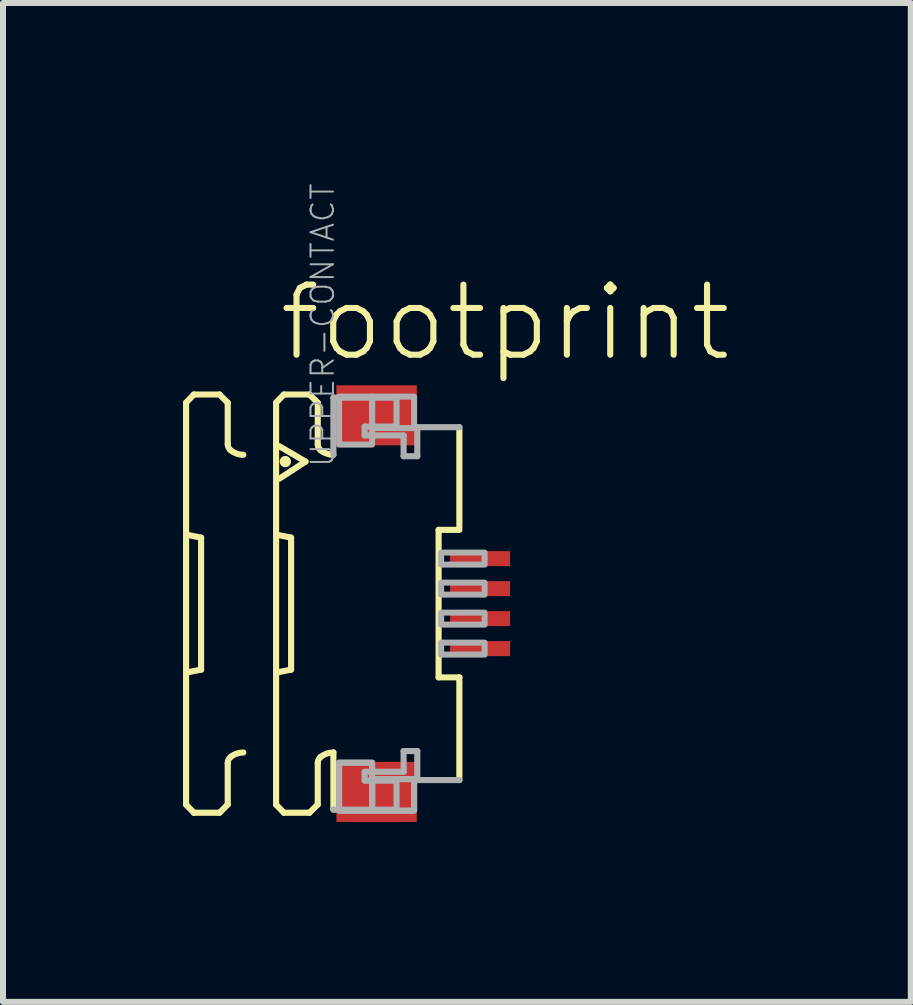
<source format=kicad_pcb>
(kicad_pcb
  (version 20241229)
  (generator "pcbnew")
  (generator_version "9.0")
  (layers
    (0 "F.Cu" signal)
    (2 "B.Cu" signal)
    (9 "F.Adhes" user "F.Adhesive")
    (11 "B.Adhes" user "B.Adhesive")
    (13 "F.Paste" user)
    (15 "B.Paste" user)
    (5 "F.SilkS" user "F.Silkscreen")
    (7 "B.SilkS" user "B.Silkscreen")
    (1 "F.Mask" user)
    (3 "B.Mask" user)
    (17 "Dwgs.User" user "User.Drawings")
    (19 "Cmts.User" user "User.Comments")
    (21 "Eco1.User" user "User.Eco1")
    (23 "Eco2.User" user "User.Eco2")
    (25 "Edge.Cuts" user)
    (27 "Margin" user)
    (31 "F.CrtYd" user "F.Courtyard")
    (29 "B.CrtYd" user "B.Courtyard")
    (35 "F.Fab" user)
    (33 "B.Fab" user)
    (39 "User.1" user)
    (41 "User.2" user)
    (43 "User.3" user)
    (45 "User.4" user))
  (footprint "footprint"
    (layer "F.Cu")
    (at 3.046 7.009)
    (property "Reference" "footprint" (at -1.5 -4 0) (layer "F.SilkS") (effects (font (size 1.168 1.168) (thickness 0.102)) (justify left bottom)))
    (fp_poly (pts (xy 1.355 -0.575) (xy 2.455 -0.575) (xy 2.455 -0.925) (xy 1.355 -0.925)) (stroke (width 0) (type solid)) (fill yes) (layer "F.Mask"))
    (fp_poly (pts (xy 1.355 -0.075) (xy 2.455 -0.075) (xy 2.455 -0.425) (xy 1.355 -0.425)) (stroke (width 0) (type solid)) (fill yes) (layer "F.Mask"))
    (fp_poly (pts (xy 1.355 0.425) (xy 2.455 0.425) (xy 2.455 0.075) (xy 1.355 0.075)) (stroke (width 0) (type solid)) (fill yes) (layer "F.Mask"))
    (fp_poly (pts (xy 1.355 0.925) (xy 2.455 0.925) (xy 2.455 0.575) (xy 1.355 0.575)) (stroke (width 0) (type solid)) (fill yes) (layer "F.Mask"))
    (fp_line (start -2.995 -3.35) (end -2.865 -3.485) (stroke (width 0.102) (type solid)) (layer "F.SilkS"))
    (fp_line (start -2.995 -1.15) (end -2.745 -1.1) (stroke (width 0.102) (type solid)) (layer "F.SilkS"))
    (fp_line (start -2.995 3.35) (end -2.995 -3.35) (stroke (width 0.102) (type solid)) (layer "F.SilkS"))
    (fp_line (start -2.995 3.35) (end -2.865 3.485) (stroke (width 0.102) (type solid)) (layer "F.SilkS"))
    (fp_line (start -2.865 -3.485) (end -2.438 -3.485) (stroke (width 0.102) (type solid)) (layer "F.SilkS"))
    (fp_line (start -2.865 3.485) (end -2.438 3.485) (stroke (width 0.102) (type solid)) (layer "F.SilkS"))
    (fp_line (start -2.745 1.1) (end -2.995 1.15) (stroke (width 0.102) (type solid)) (layer "F.SilkS"))
    (fp_line (start -2.745 1.1) (end -2.745 -1.1) (stroke (width 0.102) (type solid)) (layer "F.SilkS"))
    (fp_line (start -2.438 -3.485) (end -2.301 -3.348) (stroke (width 0.102) (type solid)) (layer "F.SilkS"))
    (fp_line (start -2.438 3.485) (end -2.301 3.348) (stroke (width 0.102) (type solid)) (layer "F.SilkS"))
    (fp_line (start -2.301 -3.348) (end -2.301 -2.656) (stroke (width 0.102) (type solid)) (layer "F.SilkS"))
    (fp_line (start -2.301 3.348) (end -2.301 2.656) (stroke (width 0.102) (type solid)) (layer "F.SilkS"))
    (fp_line (start -1.495 -3.35) (end -1.365 -3.485) (stroke (width 0.102) (type solid)) (layer "F.SilkS"))
    (fp_line (start -1.495 -1.15) (end -1.495 -3.35) (stroke (width 0.102) (type solid)) (layer "F.SilkS"))
    (fp_line (start -1.495 -1.15) (end -1.245 -1.1) (stroke (width 0.102) (type solid)) (layer "F.SilkS"))
    (fp_line (start -1.495 1.15) (end -1.495 -1.15) (stroke (width 0.102) (type solid)) (layer "F.SilkS"))
    (fp_line (start -1.495 3.35) (end -1.495 1.15) (stroke (width 0.102) (type solid)) (layer "F.SilkS"))
    (fp_line (start -1.495 3.35) (end -1.365 3.485) (stroke (width 0.102) (type solid)) (layer "F.SilkS"))
    (fp_line (start -1.441 -2.623) (end -1.005 -2.367) (stroke (width 0.102) (type solid)) (layer "F.SilkS"))
    (fp_line (start -1.365 -3.485) (end -0.939 -3.485) (stroke (width 0.102) (type solid)) (layer "F.SilkS"))
    (fp_line (start -1.365 3.485) (end -0.939 3.485) (stroke (width 0.102) (type solid)) (layer "F.SilkS"))
    (fp_line (start -1.245 1.1) (end -1.495 1.15) (stroke (width 0.102) (type solid)) (layer "F.SilkS"))
    (fp_line (start -1.245 1.1) (end -1.245 -1.1) (stroke (width 0.102) (type solid)) (layer "F.SilkS"))
    (fp_line (start -1.005 -2.367) (end -1.441 -2.082) (stroke (width 0.102) (type solid)) (layer "F.SilkS"))
    (fp_line (start -0.939 -3.485) (end -0.801 -3.348) (stroke (width 0.102) (type solid)) (layer "F.SilkS"))
    (fp_line (start -0.939 3.485) (end -0.801 3.348) (stroke (width 0.102) (type solid)) (layer "F.SilkS"))
    (fp_line (start -0.801 -3.348) (end -0.801 -2.656) (stroke (width 0.102) (type solid)) (layer "F.SilkS"))
    (fp_line (start -0.801 3.348) (end -0.801 2.656) (stroke (width 0.102) (type solid)) (layer "F.SilkS"))
    (fp_line (start -0.54 2.48) (end -0.54 3.433) (stroke (width 0.102) (type solid)) (layer "F.SilkS"))
    (fp_line (start 1.213 1.229) (end 1.213 -1.229) (stroke (width 0.102) (type solid)) (layer "F.SilkS"))
    (fp_line (start 1.538 -1.229) (end 1.213 -1.229) (stroke (width 0.102) (type solid)) (layer "F.SilkS"))
    (fp_line (start 1.559 -2.94) (end 1.559 -1.229) (stroke (width 0.102) (type solid)) (layer "F.SilkS"))
    (fp_line (start 1.559 1.229) (end 1.213 1.229) (stroke (width 0.102) (type solid)) (layer "F.SilkS"))
    (fp_line (start 1.559 2.94) (end 1.559 1.229) (stroke (width 0.102) (type solid)) (layer "F.SilkS"))
    (fp_arc (start -2.301 2.6557) (mid -2.288538 2.600596) (end -2.2536 2.556199) (stroke (width 0.1016) (type solid)) (layer "F.SilkS"))
    (fp_arc (start -2.2536 -2.556199) (mid -2.288538 -2.600596) (end -2.301 -2.6557) (stroke (width 0.1016) (type solid)) (layer "F.SilkS"))
    (fp_arc (start -2.2536 2.5562) (mid -2.153476 2.499935) (end -2.0403 2.480399) (stroke (width 0.1016) (type solid)) (layer "F.SilkS"))
    (fp_arc (start -2.0403 -2.480399) (mid -2.153476 -2.499935) (end -2.2536 -2.5562) (stroke (width 0.1016) (type solid)) (layer "F.SilkS"))
    (fp_arc (start -0.801 2.6557) (mid -0.788538 2.600596) (end -0.7536 2.556199) (stroke (width 0.1016) (type solid)) (layer "F.SilkS"))
    (fp_arc (start -0.7536 -2.556199) (mid -0.788538 -2.600596) (end -0.801 -2.6557) (stroke (width 0.1016) (type solid)) (layer "F.SilkS"))
    (fp_arc (start -0.7536 2.5562) (mid -0.653476 2.499935) (end -0.5403 2.480399) (stroke (width 0.1016) (type solid)) (layer "F.SilkS"))
    (fp_arc (start -0.5403 -2.480399) (mid -0.653476 -2.499935) (end -0.7536 -2.5562) (stroke (width 0.1016) (type solid)) (layer "F.SilkS"))
    (fp_circle (center -1.341 -2.367) (end -1.294 -2.367) (stroke (width 0.095) (type solid)) (fill yes) (layer "F.SilkS"))
    (fp_line (start -0.54 -3.433) (end 0.512 -3.433) (stroke (width 0.102) (type solid)) (layer "F.Fab"))
    (fp_line (start -0.54 -2.48) (end -0.54 -3.433) (stroke (width 0.102) (type solid)) (layer "F.Fab"))
    (fp_line (start -0.54 3.433) (end 0.512 3.433) (stroke (width 0.102) (type solid)) (layer "F.Fab"))
    (fp_line (start -0.019 -2.95) (end -0.019 -2.803) (stroke (width 0.102) (type solid)) (layer "F.Fab"))
    (fp_line (start -0.019 -2.803) (end 0.63 -2.803) (stroke (width 0.102) (type solid)) (layer "F.Fab"))
    (fp_line (start -0.019 2.803) (end 0.63 2.803) (stroke (width 0.102) (type solid)) (layer "F.Fab"))
    (fp_line (start -0.019 2.95) (end -0.019 2.803) (stroke (width 0.102) (type solid)) (layer "F.Fab"))
    (fp_line (start 0.512 -3.433) (end 0.512 -2.95) (stroke (width 0.102) (type solid)) (layer "F.Fab"))
    (fp_line (start 0.512 -2.95) (end -0.019 -2.95) (stroke (width 0.102) (type solid)) (layer "F.Fab"))
    (fp_line (start 0.512 2.95) (end -0.019 2.95) (stroke (width 0.102) (type solid)) (layer "F.Fab"))
    (fp_line (start 0.512 3.433) (end 0.512 2.95) (stroke (width 0.102) (type solid)) (layer "F.Fab"))
    (fp_line (start 0.63 -2.803) (end 0.63 -2.457) (stroke (width 0.102) (type solid)) (layer "F.Fab"))
    (fp_line (start 0.63 -2.457) (end 0.858 -2.457) (stroke (width 0.102) (type solid)) (layer "F.Fab"))
    (fp_line (start 0.63 2.457) (end 0.858 2.457) (stroke (width 0.102) (type solid)) (layer "F.Fab"))
    (fp_line (start 0.63 2.803) (end 0.63 2.457) (stroke (width 0.102) (type solid)) (layer "F.Fab"))
    (fp_line (start 0.858 -2.94) (end 1.559 -2.94) (stroke (width 0.102) (type solid)) (layer "F.Fab"))
    (fp_line (start 0.858 -2.457) (end 0.858 -2.94) (stroke (width 0.102) (type solid)) (layer "F.Fab"))
    (fp_line (start 0.858 2.457) (end 0.858 2.94) (stroke (width 0.102) (type solid)) (layer "F.Fab"))
    (fp_line (start 0.858 2.94) (end 1.559 2.94) (stroke (width 0.102) (type solid)) (layer "F.Fab"))
    (fp_poly (pts (xy -0.445 -2.65) (xy 0.105 -2.65) (xy 0.105 -3.45) (xy -0.445 -3.45)) (stroke (width 0.1) (type solid)) (fill no) (layer "F.Fab"))
    (fp_poly (pts (xy -0.445 3.45) (xy 0.105 3.45) (xy 0.105 2.65) (xy -0.445 2.65)) (stroke (width 0.1) (type solid)) (fill no) (layer "F.Fab"))
    (fp_poly (pts (xy -0.445 3.45) (xy 0.105 3.45) (xy 0.105 2.65) (xy -0.445 2.65)) (stroke (width 0.1) (type solid)) (fill no) (layer "F.Fab"))
    (fp_poly (pts (xy 0.105 -2.925) (xy 0.805 -2.925) (xy 0.805 -3.45) (xy 0.105 -3.45)) (stroke (width 0.1) (type solid)) (fill no) (layer "F.Fab"))
    (fp_poly (pts (xy 0.105 3.45) (xy 0.805 3.45) (xy 0.805 2.925) (xy 0.105 2.925)) (stroke (width 0.1) (type solid)) (fill no) (layer "F.Fab"))
    (fp_poly (pts (xy 0.105 3.45) (xy 0.805 3.45) (xy 0.805 2.925) (xy 0.105 2.925)) (stroke (width 0.1) (type solid)) (fill no) (layer "F.Fab"))
    (fp_poly (pts (xy 1.255 -0.65) (xy 1.98 -0.65) (xy 1.98 -0.85) (xy 1.255 -0.85)) (stroke (width 0.1) (type solid)) (fill no) (layer "F.Fab"))
    (fp_poly (pts (xy 1.255 -0.15) (xy 1.98 -0.15) (xy 1.98 -0.35) (xy 1.255 -0.35)) (stroke (width 0.1) (type solid)) (fill no) (layer "F.Fab"))
    (fp_poly (pts (xy 1.255 0.35) (xy 1.98 0.35) (xy 1.98 0.15) (xy 1.255 0.15)) (stroke (width 0.1) (type solid)) (fill no) (layer "F.Fab"))
    (fp_poly (pts (xy 1.255 0.85) (xy 1.98 0.85) (xy 1.98 0.65) (xy 1.255 0.65)) (stroke (width 0.1) (type solid)) (fill no) (layer "F.Fab"))
    (fp_text user "UPPER-CONTACT" (at -0.5 -2.25 270) (layer "F.Fab") (effects (font (size 0.374 0.374) (thickness 0.033)) (justify left bottom)))
    (pad "1" smd rect (at 1.905 -0.75) (size 1 0.25) (layers "F.Cu" "F.Paste"))
    (pad "2" smd rect (at 1.905 -0.25) (size 1 0.25) (layers "F.Cu" "F.Paste"))
    (pad "3" smd rect (at 1.905 0.25) (size 1 0.25) (layers "F.Cu" "F.Paste"))
    (pad "4" smd rect (at 1.905 0.75) (size 1 0.25) (layers "F.Cu" "F.Paste"))
    (pad "M1" smd rect (at 0.18 -3.138) (size 1.34 1) (layers "F.Cu" "F.Mask" "F.Paste"))
    (pad "M2" smd rect (at 0.18 3.138) (size 1.34 1) (layers "F.Cu" "F.Mask" "F.Paste")))
  (gr_rect
    (start -3 -3)
    (end 12.128 13.646)
    (stroke (width 0.1) (type default))
    (fill no)
    (layer "Edge.Cuts")))
</source>
